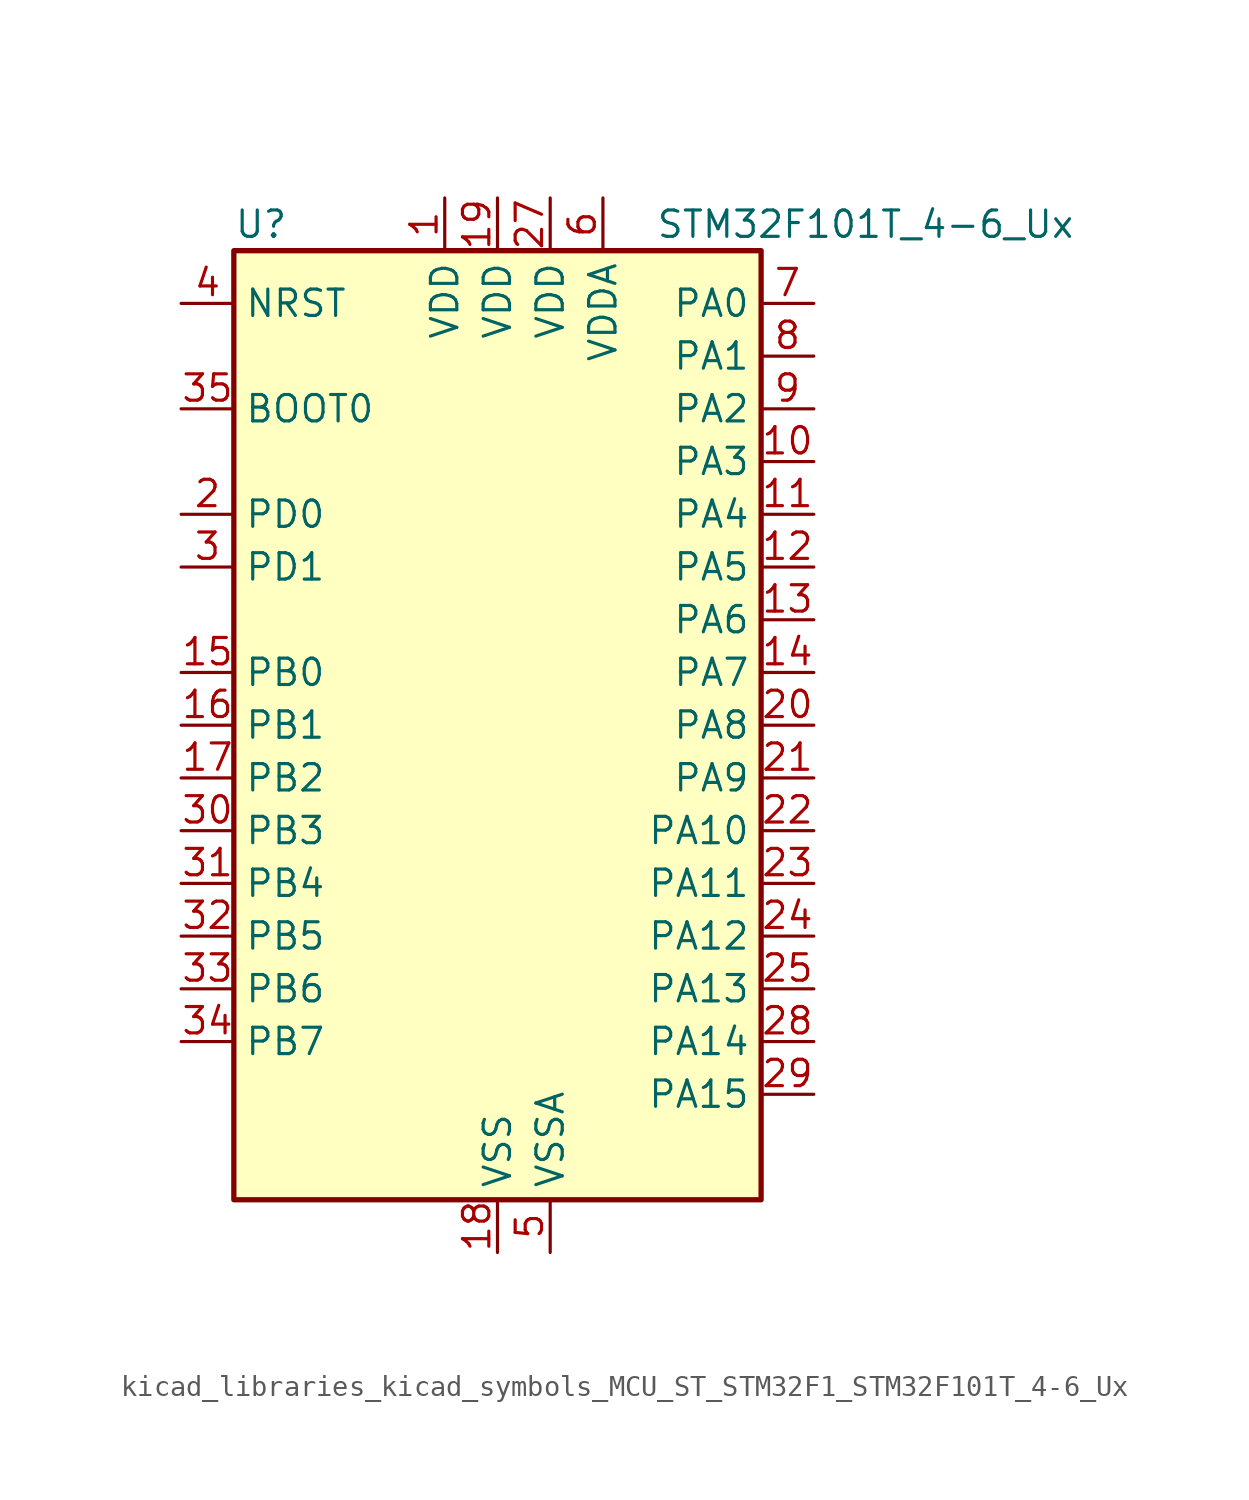
<source format=kicad_sym>
(kicad_symbol_lib
  (version 20220914)
  (generator kicad_symbol_editor)
  (symbol "kicad_libraries_kicad_symbols_MCU_ST_STM32F1_STM32F101T_4-6_Ux"
    (property "Reference" "U"
      (at -12.7 24.13 0)
      (effects (font (size 1.27 1.27)) (justify left)))
    (property "Value" "STM32F101T_4-6_Ux"
      (at 7.62 24.13 0)
      (effects (font (size 1.27 1.27)) (justify left)))
    (property "ki_locked" ""
      (at 0 0 0)
      (effects (font (size 1.27 1.27))))
    (symbol "kicad_libraries_kicad_symbols_MCU_ST_STM32F1_STM32F101T_4-6_Ux_0_1"
      (rectangle (start -12.7 -22.86) (end 12.7 22.86) (stroke (width 0.254) (type default)) (fill (type background))))
    (symbol "kicad_libraries_kicad_symbols_MCU_ST_STM32F1_STM32F101T_4-6_Ux_1_1"
      (pin power_in line (at -2.54 25.4 270) (length 2.54) (name "VDD" (effects (font (size 1.27 1.27)))) (number "1" (effects (font (size 1.27 1.27)))))
      (pin bidirectional line (at 15.24 12.7 180) (length 2.54) (name "PA3" (effects (font (size 1.27 1.27)))) (number "10" (effects (font (size 1.27 1.27)))) (alternate "ADC1_IN3" bidirectional line) (alternate "TIM2_CH4" bidirectional line) (alternate "USART2_RX" bidirectional line))
      (pin bidirectional line (at 15.24 10.16 180) (length 2.54) (name "PA4" (effects (font (size 1.27 1.27)))) (number "11" (effects (font (size 1.27 1.27)))) (alternate "ADC1_IN4" bidirectional line) (alternate "SPI1_NSS" bidirectional line) (alternate "USART2_CK" bidirectional line))
      (pin bidirectional line (at 15.24 7.62 180) (length 2.54) (name "PA5" (effects (font (size 1.27 1.27)))) (number "12" (effects (font (size 1.27 1.27)))) (alternate "ADC1_IN5" bidirectional line) (alternate "SPI1_SCK" bidirectional line))
      (pin bidirectional line (at 15.24 5.08 180) (length 2.54) (name "PA6" (effects (font (size 1.27 1.27)))) (number "13" (effects (font (size 1.27 1.27)))) (alternate "ADC1_IN6" bidirectional line) (alternate "SPI1_MISO" bidirectional line) (alternate "TIM3_CH1" bidirectional line))
      (pin bidirectional line (at 15.24 2.54 180) (length 2.54) (name "PA7" (effects (font (size 1.27 1.27)))) (number "14" (effects (font (size 1.27 1.27)))) (alternate "ADC1_IN7" bidirectional line) (alternate "SPI1_MOSI" bidirectional line) (alternate "TIM3_CH2" bidirectional line))
      (pin bidirectional line (at -15.24 2.54 0) (length 2.54) (name "PB0" (effects (font (size 1.27 1.27)))) (number "15" (effects (font (size 1.27 1.27)))) (alternate "ADC1_IN8" bidirectional line) (alternate "TIM3_CH3" bidirectional line))
      (pin bidirectional line (at -15.24 0 0) (length 2.54) (name "PB1" (effects (font (size 1.27 1.27)))) (number "16" (effects (font (size 1.27 1.27)))) (alternate "ADC1_IN9" bidirectional line) (alternate "TIM3_CH4" bidirectional line))
      (pin bidirectional line (at -15.24 -2.54 0) (length 2.54) (name "PB2" (effects (font (size 1.27 1.27)))) (number "17" (effects (font (size 1.27 1.27)))))
      (pin power_in line (at 0 -25.4 90) (length 2.54) (name "VSS" (effects (font (size 1.27 1.27)))) (number "18" (effects (font (size 1.27 1.27)))))
      (pin power_in line (at 0 25.4 270) (length 2.54) (name "VDD" (effects (font (size 1.27 1.27)))) (number "19" (effects (font (size 1.27 1.27)))))
      (pin bidirectional line (at -15.24 10.16 0) (length 2.54) (name "PD0" (effects (font (size 1.27 1.27)))) (number "2" (effects (font (size 1.27 1.27)))) (alternate "RCC_OSC_IN" bidirectional line))
      (pin bidirectional line (at 15.24 0 180) (length 2.54) (name "PA8" (effects (font (size 1.27 1.27)))) (number "20" (effects (font (size 1.27 1.27)))) (alternate "RCC_MCO" bidirectional line) (alternate "USART1_CK" bidirectional line))
      (pin bidirectional line (at 15.24 -2.54 180) (length 2.54) (name "PA9" (effects (font (size 1.27 1.27)))) (number "21" (effects (font (size 1.27 1.27)))) (alternate "USART1_TX" bidirectional line))
      (pin bidirectional line (at 15.24 -5.08 180) (length 2.54) (name "PA10" (effects (font (size 1.27 1.27)))) (number "22" (effects (font (size 1.27 1.27)))) (alternate "USART1_RX" bidirectional line))
      (pin bidirectional line (at 15.24 -7.62 180) (length 2.54) (name "PA11" (effects (font (size 1.27 1.27)))) (number "23" (effects (font (size 1.27 1.27)))) (alternate "ADC1_EXTI11" bidirectional line) (alternate "USART1_CTS" bidirectional line))
      (pin bidirectional line (at 15.24 -10.16 180) (length 2.54) (name "PA12" (effects (font (size 1.27 1.27)))) (number "24" (effects (font (size 1.27 1.27)))) (alternate "USART1_RTS" bidirectional line))
      (pin bidirectional line (at 15.24 -12.7 180) (length 2.54) (name "PA13" (effects (font (size 1.27 1.27)))) (number "25" (effects (font (size 1.27 1.27)))) (alternate "SYS_JTMS-SWDIO" bidirectional line))
      (pin passive line (at 0 -25.4 90) (length 2.54) hide (name "VSS" (effects (font (size 1.27 1.27)))) (number "26" (effects (font (size 1.27 1.27)))))
      (pin power_in line (at 2.54 25.4 270) (length 2.54) (name "VDD" (effects (font (size 1.27 1.27)))) (number "27" (effects (font (size 1.27 1.27)))))
      (pin bidirectional line (at 15.24 -15.24 180) (length 2.54) (name "PA14" (effects (font (size 1.27 1.27)))) (number "28" (effects (font (size 1.27 1.27)))) (alternate "SYS_JTCK-SWCLK" bidirectional line))
      (pin bidirectional line (at 15.24 -17.78 180) (length 2.54) (name "PA15" (effects (font (size 1.27 1.27)))) (number "29" (effects (font (size 1.27 1.27)))) (alternate "ADC1_EXTI15" bidirectional line) (alternate "SPI1_NSS" bidirectional line) (alternate "SYS_JTDI" bidirectional line) (alternate "TIM2_CH1" bidirectional line) (alternate "TIM2_ETR" bidirectional line))
      (pin bidirectional line (at -15.24 7.62 0) (length 2.54) (name "PD1" (effects (font (size 1.27 1.27)))) (number "3" (effects (font (size 1.27 1.27)))) (alternate "RCC_OSC_OUT" bidirectional line))
      (pin bidirectional line (at -15.24 -5.08 0) (length 2.54) (name "PB3" (effects (font (size 1.27 1.27)))) (number "30" (effects (font (size 1.27 1.27)))) (alternate "SPI1_SCK" bidirectional line) (alternate "SYS_JTDO-TRACESWO" bidirectional line) (alternate "TIM2_CH2" bidirectional line))
      (pin bidirectional line (at -15.24 -7.62 0) (length 2.54) (name "PB4" (effects (font (size 1.27 1.27)))) (number "31" (effects (font (size 1.27 1.27)))) (alternate "SPI1_MISO" bidirectional line) (alternate "SYS_NJTRST" bidirectional line) (alternate "TIM3_CH1" bidirectional line))
      (pin bidirectional line (at -15.24 -10.16 0) (length 2.54) (name "PB5" (effects (font (size 1.27 1.27)))) (number "32" (effects (font (size 1.27 1.27)))) (alternate "I2C1_SMBA" bidirectional line) (alternate "SPI1_MOSI" bidirectional line) (alternate "TIM3_CH2" bidirectional line))
      (pin bidirectional line (at -15.24 -12.7 0) (length 2.54) (name "PB6" (effects (font (size 1.27 1.27)))) (number "33" (effects (font (size 1.27 1.27)))) (alternate "I2C1_SCL" bidirectional line) (alternate "USART1_TX" bidirectional line))
      (pin bidirectional line (at -15.24 -15.24 0) (length 2.54) (name "PB7" (effects (font (size 1.27 1.27)))) (number "34" (effects (font (size 1.27 1.27)))) (alternate "I2C1_SDA" bidirectional line) (alternate "USART1_RX" bidirectional line))
      (pin input line (at -15.24 15.24 0) (length 2.54) (name "BOOT0" (effects (font (size 1.27 1.27)))) (number "35" (effects (font (size 1.27 1.27)))))
      (pin passive line (at 0 -25.4 90) (length 2.54) hide (name "VSS" (effects (font (size 1.27 1.27)))) (number "36" (effects (font (size 1.27 1.27)))))
      (pin passive line (at 0 -25.4 90) (length 2.54) hide (name "VSS" (effects (font (size 1.27 1.27)))) (number "37" (effects (font (size 1.27 1.27)))))
      (pin input line (at -15.24 20.32 0) (length 2.54) (name "NRST" (effects (font (size 1.27 1.27)))) (number "4" (effects (font (size 1.27 1.27)))))
      (pin power_in line (at 2.54 -25.4 90) (length 2.54) (name "VSSA" (effects (font (size 1.27 1.27)))) (number "5" (effects (font (size 1.27 1.27)))))
      (pin power_in line (at 5.08 25.4 270) (length 2.54) (name "VDDA" (effects (font (size 1.27 1.27)))) (number "6" (effects (font (size 1.27 1.27)))))
      (pin bidirectional line (at 15.24 20.32 180) (length 2.54) (name "PA0" (effects (font (size 1.27 1.27)))) (number "7" (effects (font (size 1.27 1.27)))) (alternate "ADC1_IN0" bidirectional line) (alternate "SYS_WKUP" bidirectional line) (alternate "TIM2_CH1" bidirectional line) (alternate "TIM2_ETR" bidirectional line) (alternate "USART2_CTS" bidirectional line))
      (pin bidirectional line (at 15.24 17.78 180) (length 2.54) (name "PA1" (effects (font (size 1.27 1.27)))) (number "8" (effects (font (size 1.27 1.27)))) (alternate "ADC1_IN1" bidirectional line) (alternate "TIM2_CH2" bidirectional line) (alternate "USART2_RTS" bidirectional line))
      (pin bidirectional line (at 15.24 15.24 180) (length 2.54) (name "PA2" (effects (font (size 1.27 1.27)))) (number "9" (effects (font (size 1.27 1.27)))) (alternate "ADC1_IN2" bidirectional line) (alternate "TIM2_CH3" bidirectional line) (alternate "USART2_TX" bidirectional line)))))
</source>
